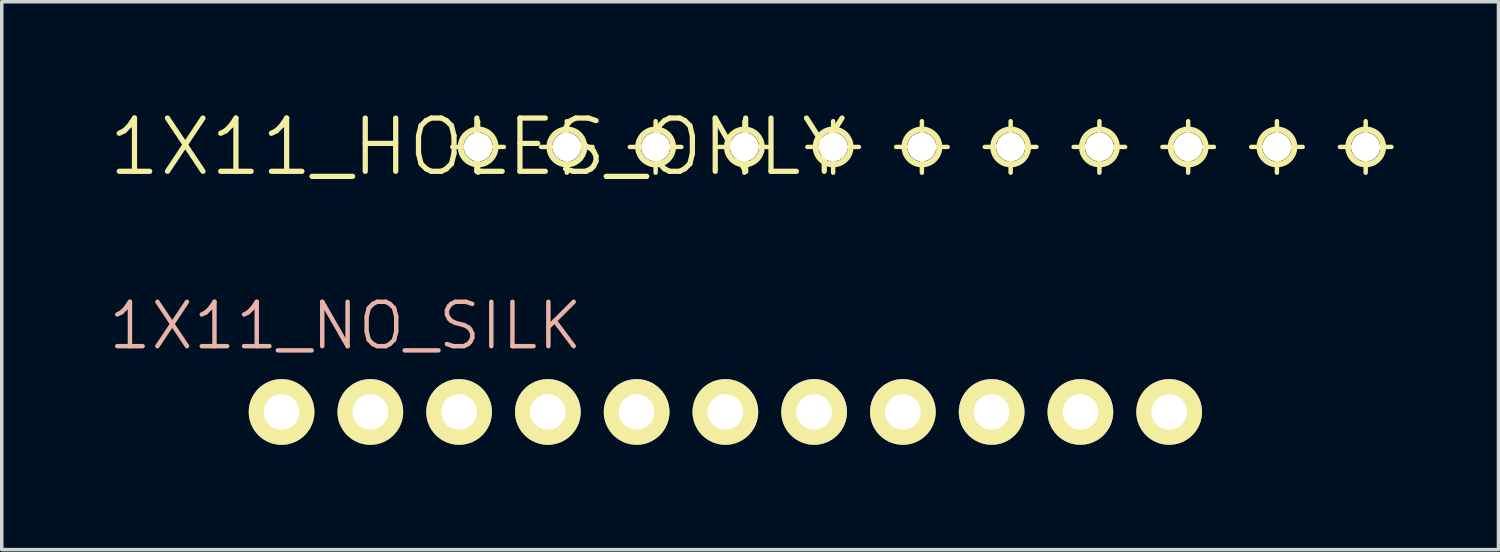
<source format=kicad_pcb>
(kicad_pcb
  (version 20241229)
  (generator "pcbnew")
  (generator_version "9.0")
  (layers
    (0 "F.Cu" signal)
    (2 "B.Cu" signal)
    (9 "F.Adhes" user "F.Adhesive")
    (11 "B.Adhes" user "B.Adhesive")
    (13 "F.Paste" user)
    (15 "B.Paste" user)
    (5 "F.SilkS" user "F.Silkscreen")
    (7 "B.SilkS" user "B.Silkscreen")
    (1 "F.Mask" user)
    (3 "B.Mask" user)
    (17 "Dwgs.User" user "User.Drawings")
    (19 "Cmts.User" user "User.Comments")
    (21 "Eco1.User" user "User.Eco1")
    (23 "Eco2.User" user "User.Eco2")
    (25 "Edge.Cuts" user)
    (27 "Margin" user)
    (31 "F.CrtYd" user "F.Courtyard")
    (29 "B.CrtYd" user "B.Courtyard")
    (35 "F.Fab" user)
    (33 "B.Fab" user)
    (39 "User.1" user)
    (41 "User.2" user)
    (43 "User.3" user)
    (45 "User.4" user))
  (footprint "1X11_HOLES_ONLY"
    (layer "F.Cu")
    (at 10.632 1.155)
    (property "Reference" "1X11_HOLES_ONLY" (at 0 0 0) (layer "F.SilkS") (effects (font (size 1.524 1.524) (thickness 0.15))))
    (attr exclude_from_pos_files exclude_from_bom)
    (fp_line (start -0.737 0) (end 0.737 0) (stroke (width 0.127) (type solid)) (layer "F.SilkS"))
    (fp_line (start 0 0.737) (end 0 -0.737) (stroke (width 0.127) (type solid)) (layer "F.SilkS"))
    (fp_line (start 1.801 0) (end 3.277 0) (stroke (width 0.127) (type solid)) (layer "F.SilkS"))
    (fp_line (start 2.54 0.737) (end 2.54 -0.737) (stroke (width 0.127) (type solid)) (layer "F.SilkS"))
    (fp_line (start 4.343 0) (end 5.817 0) (stroke (width 0.127) (type solid)) (layer "F.SilkS"))
    (fp_line (start 5.08 0.737) (end 5.08 -0.737) (stroke (width 0.127) (type solid)) (layer "F.SilkS"))
    (fp_line (start 6.883 0) (end 8.357 0) (stroke (width 0.127) (type solid)) (layer "F.SilkS"))
    (fp_line (start 7.62 0.737) (end 7.62 -0.737) (stroke (width 0.127) (type solid)) (layer "F.SilkS"))
    (fp_line (start 9.423 0) (end 10.897 0) (stroke (width 0.127) (type solid)) (layer "F.SilkS"))
    (fp_line (start 10.16 0.737) (end 10.16 -0.737) (stroke (width 0.127) (type solid)) (layer "F.SilkS"))
    (fp_line (start 11.963 0) (end 13.437 0) (stroke (width 0.127) (type solid)) (layer "F.SilkS"))
    (fp_line (start 12.7 0.737) (end 12.7 -0.737) (stroke (width 0.127) (type solid)) (layer "F.SilkS"))
    (fp_line (start 14.501 0) (end 15.977 0) (stroke (width 0.127) (type solid)) (layer "F.SilkS"))
    (fp_line (start 15.24 0.737) (end 15.24 -0.737) (stroke (width 0.127) (type solid)) (layer "F.SilkS"))
    (fp_line (start 17.043 0) (end 18.517 0) (stroke (width 0.127) (type solid)) (layer "F.SilkS"))
    (fp_line (start 17.78 0.737) (end 17.78 -0.737) (stroke (width 0.127) (type solid)) (layer "F.SilkS"))
    (fp_line (start 19.583 0) (end 21.057 0) (stroke (width 0.127) (type solid)) (layer "F.SilkS"))
    (fp_line (start 20.32 0.737) (end 20.32 -0.737) (stroke (width 0.127) (type solid)) (layer "F.SilkS"))
    (fp_line (start 22.123 0) (end 23.597 0) (stroke (width 0.127) (type solid)) (layer "F.SilkS"))
    (fp_line (start 22.86 0.737) (end 22.86 -0.737) (stroke (width 0.127) (type solid)) (layer "F.SilkS"))
    (fp_line (start 24.663 0) (end 26.137 0) (stroke (width 0.127) (type solid)) (layer "F.SilkS"))
    (fp_line (start 25.4 0.737) (end 25.4 -0.737) (stroke (width 0.127) (type solid)) (layer "F.SilkS"))
    (fp_circle (center 0 0) (end -0.368 0.368) (stroke (width 0.127) (type solid)) (fill no) (layer "F.SilkS"))
    (fp_circle (center 0 0) (end -0.318 0.318) (stroke (width 0.064) (type solid)) (fill no) (layer "F.SilkS"))
    (fp_circle (center 2.54 0) (end 2.857 0.318) (stroke (width 0.064) (type solid)) (fill no) (layer "F.SilkS"))
    (fp_circle (center 2.54 0) (end 2.908 0.368) (stroke (width 0.127) (type solid)) (fill no) (layer "F.SilkS"))
    (fp_circle (center 5.08 0) (end 5.397 0.318) (stroke (width 0.064) (type solid)) (fill no) (layer "F.SilkS"))
    (fp_circle (center 5.08 0) (end 5.448 0.368) (stroke (width 0.127) (type solid)) (fill no) (layer "F.SilkS"))
    (fp_circle (center 7.62 0) (end 7.938 0.318) (stroke (width 0.064) (type solid)) (fill no) (layer "F.SilkS"))
    (fp_circle (center 7.62 0) (end 7.988 0.368) (stroke (width 0.127) (type solid)) (fill no) (layer "F.SilkS"))
    (fp_circle (center 10.16 0) (end 10.477 0.318) (stroke (width 0.064) (type solid)) (fill no) (layer "F.SilkS"))
    (fp_circle (center 10.16 0) (end 10.528 0.368) (stroke (width 0.127) (type solid)) (fill no) (layer "F.SilkS"))
    (fp_circle (center 12.7 0) (end 13.018 0.318) (stroke (width 0.064) (type solid)) (fill no) (layer "F.SilkS"))
    (fp_circle (center 12.7 0) (end 13.068 0.368) (stroke (width 0.127) (type solid)) (fill no) (layer "F.SilkS"))
    (fp_circle (center 15.24 0) (end 15.557 0.318) (stroke (width 0.064) (type solid)) (fill no) (layer "F.SilkS"))
    (fp_circle (center 15.24 0) (end 15.608 0.368) (stroke (width 0.127) (type solid)) (fill no) (layer "F.SilkS"))
    (fp_circle (center 17.78 0) (end 18.098 0.318) (stroke (width 0.064) (type solid)) (fill no) (layer "F.SilkS"))
    (fp_circle (center 17.78 0) (end 18.148 0.368) (stroke (width 0.127) (type solid)) (fill no) (layer "F.SilkS"))
    (fp_circle (center 20.32 0) (end 20.637 0.318) (stroke (width 0.064) (type solid)) (fill no) (layer "F.SilkS"))
    (fp_circle (center 20.32 0) (end 20.688 0.368) (stroke (width 0.127) (type solid)) (fill no) (layer "F.SilkS"))
    (fp_circle (center 22.86 0) (end 23.177 0.318) (stroke (width 0.064) (type solid)) (fill no) (layer "F.SilkS"))
    (fp_circle (center 22.86 0) (end 23.228 0.368) (stroke (width 0.127) (type solid)) (fill no) (layer "F.SilkS"))
    (fp_circle (center 25.4 0) (end 25.718 0.318) (stroke (width 0.064) (type solid)) (fill no) (layer "F.SilkS"))
    (fp_circle (center 25.4 0) (end 25.768 0.368) (stroke (width 0.127) (type solid)) (fill no) (layer "F.SilkS"))
    (pad "1" thru_hole circle (at 0 0) (size 0.813 0.813) (drill 0.889) (layers "*.Cu" "F.Mask" "F.SilkS" "F.Paste"))
    (pad "2" thru_hole circle (at 2.54 0) (size 0.813 0.813) (drill 0.889) (layers "*.Cu" "F.Mask" "F.SilkS" "F.Paste"))
    (pad "3" thru_hole circle (at 5.08 0) (size 0.813 0.813) (drill 0.889) (layers "*.Cu" "F.Mask" "F.SilkS" "F.Paste"))
    (pad "4" thru_hole circle (at 7.62 0) (size 0.813 0.813) (drill 0.889) (layers "*.Cu" "F.Mask" "F.SilkS" "F.Paste"))
    (pad "5" thru_hole circle (at 10.16 0) (size 0.813 0.813) (drill 0.889) (layers "*.Cu" "F.Mask" "F.SilkS" "F.Paste"))
    (pad "6" thru_hole circle (at 12.7 0) (size 0.813 0.813) (drill 0.889) (layers "*.Cu" "F.Mask" "F.SilkS" "F.Paste"))
    (pad "7" thru_hole circle (at 15.24 0) (size 0.813 0.813) (drill 0.889) (layers "*.Cu" "F.Mask" "F.SilkS" "F.Paste"))
    (pad "8" thru_hole circle (at 17.78 0) (size 0.813 0.813) (drill 0.889) (layers "*.Cu" "F.Mask" "F.SilkS" "F.Paste"))
    (pad "9" thru_hole circle (at 20.32 0) (size 0.813 0.813) (drill 0.889) (layers "*.Cu" "F.Mask" "F.SilkS" "F.Paste"))
    (pad "10" thru_hole circle (at 22.86 0) (size 0.813 0.813) (drill 0.889) (layers "*.Cu" "F.Mask" "F.SilkS" "F.Paste"))
    (pad "11" thru_hole circle (at 25.4 0) (size 0.813 0.813) (drill 0.889) (layers "*.Cu" "F.Mask" "F.SilkS" "F.Paste")))
  (footprint "1X11_NO_SILK"
    (layer "F.Cu")
    (at 5.008 8.739)
    (property "Reference" "1X11_NO_SILK" (at 1.829 -2.464 0) (layer "B.SilkS") (effects (font (size 1.27 1.27) (thickness 0.127))))
    (attr exclude_from_pos_files exclude_from_bom)
    (fp_line (start -0.254 -0.254) (end 0.254 -0.254) (stroke (width 0.066) (type solid)) (layer "F.SilkS"))
    (fp_line (start -0.254 0.254) (end -0.254 -0.254) (stroke (width 0.066) (type solid)) (layer "F.SilkS"))
    (fp_line (start -0.254 0.254) (end 0.254 0.254) (stroke (width 0.066) (type solid)) (layer "F.SilkS"))
    (fp_line (start 0.254 0.254) (end 0.254 -0.254) (stroke (width 0.066) (type solid)) (layer "F.SilkS"))
    (fp_line (start 2.286 -0.254) (end 2.794 -0.254) (stroke (width 0.066) (type solid)) (layer "F.SilkS"))
    (fp_line (start 2.286 0.254) (end 2.286 -0.254) (stroke (width 0.066) (type solid)) (layer "F.SilkS"))
    (fp_line (start 2.286 0.254) (end 2.794 0.254) (stroke (width 0.066) (type solid)) (layer "F.SilkS"))
    (fp_line (start 2.794 0.254) (end 2.794 -0.254) (stroke (width 0.066) (type solid)) (layer "F.SilkS"))
    (fp_line (start 4.826 -0.254) (end 5.334 -0.254) (stroke (width 0.066) (type solid)) (layer "F.SilkS"))
    (fp_line (start 4.826 0.254) (end 4.826 -0.254) (stroke (width 0.066) (type solid)) (layer "F.SilkS"))
    (fp_line (start 4.826 0.254) (end 5.334 0.254) (stroke (width 0.066) (type solid)) (layer "F.SilkS"))
    (fp_line (start 5.334 0.254) (end 5.334 -0.254) (stroke (width 0.066) (type solid)) (layer "F.SilkS"))
    (fp_line (start 7.366 -0.254) (end 7.874 -0.254) (stroke (width 0.066) (type solid)) (layer "F.SilkS"))
    (fp_line (start 7.366 0.254) (end 7.366 -0.254) (stroke (width 0.066) (type solid)) (layer "F.SilkS"))
    (fp_line (start 7.366 0.254) (end 7.874 0.254) (stroke (width 0.066) (type solid)) (layer "F.SilkS"))
    (fp_line (start 7.874 0.254) (end 7.874 -0.254) (stroke (width 0.066) (type solid)) (layer "F.SilkS"))
    (fp_line (start 9.906 -0.254) (end 10.414 -0.254) (stroke (width 0.066) (type solid)) (layer "F.SilkS"))
    (fp_line (start 9.906 0.254) (end 9.906 -0.254) (stroke (width 0.066) (type solid)) (layer "F.SilkS"))
    (fp_line (start 9.906 0.254) (end 10.414 0.254) (stroke (width 0.066) (type solid)) (layer "F.SilkS"))
    (fp_line (start 10.414 0.254) (end 10.414 -0.254) (stroke (width 0.066) (type solid)) (layer "F.SilkS"))
    (fp_line (start 12.446 -0.254) (end 12.954 -0.254) (stroke (width 0.066) (type solid)) (layer "F.SilkS"))
    (fp_line (start 12.446 0.254) (end 12.446 -0.254) (stroke (width 0.066) (type solid)) (layer "F.SilkS"))
    (fp_line (start 12.446 0.254) (end 12.954 0.254) (stroke (width 0.066) (type solid)) (layer "F.SilkS"))
    (fp_line (start 12.954 0.254) (end 12.954 -0.254) (stroke (width 0.066) (type solid)) (layer "F.SilkS"))
    (fp_line (start 14.986 -0.254) (end 15.494 -0.254) (stroke (width 0.066) (type solid)) (layer "F.SilkS"))
    (fp_line (start 14.986 0.254) (end 14.986 -0.254) (stroke (width 0.066) (type solid)) (layer "F.SilkS"))
    (fp_line (start 14.986 0.254) (end 15.494 0.254) (stroke (width 0.066) (type solid)) (layer "F.SilkS"))
    (fp_line (start 15.494 0.254) (end 15.494 -0.254) (stroke (width 0.066) (type solid)) (layer "F.SilkS"))
    (fp_line (start 17.523 -0.254) (end 18.034 -0.254) (stroke (width 0.066) (type solid)) (layer "F.SilkS"))
    (fp_line (start 17.523 0.254) (end 17.523 -0.254) (stroke (width 0.066) (type solid)) (layer "F.SilkS"))
    (fp_line (start 17.523 0.254) (end 18.034 0.254) (stroke (width 0.066) (type solid)) (layer "F.SilkS"))
    (fp_line (start 18.034 0.254) (end 18.034 -0.254) (stroke (width 0.066) (type solid)) (layer "F.SilkS"))
    (fp_line (start 20.066 -0.254) (end 20.574 -0.254) (stroke (width 0.066) (type solid)) (layer "F.SilkS"))
    (fp_line (start 20.066 0.254) (end 20.066 -0.254) (stroke (width 0.066) (type solid)) (layer "F.SilkS"))
    (fp_line (start 20.066 0.254) (end 20.574 0.254) (stroke (width 0.066) (type solid)) (layer "F.SilkS"))
    (fp_line (start 20.574 0.254) (end 20.574 -0.254) (stroke (width 0.066) (type solid)) (layer "F.SilkS"))
    (fp_line (start 22.606 -0.254) (end 23.114 -0.254) (stroke (width 0.066) (type solid)) (layer "F.SilkS"))
    (fp_line (start 22.606 0.254) (end 22.606 -0.254) (stroke (width 0.066) (type solid)) (layer "F.SilkS"))
    (fp_line (start 22.606 0.254) (end 23.114 0.254) (stroke (width 0.066) (type solid)) (layer "F.SilkS"))
    (fp_line (start 23.114 0.254) (end 23.114 -0.254) (stroke (width 0.066) (type solid)) (layer "F.SilkS"))
    (fp_line (start 25.146 -0.254) (end 25.654 -0.254) (stroke (width 0.066) (type solid)) (layer "F.SilkS"))
    (fp_line (start 25.146 0.254) (end 25.146 -0.254) (stroke (width 0.066) (type solid)) (layer "F.SilkS"))
    (fp_line (start 25.146 0.254) (end 25.654 0.254) (stroke (width 0.066) (type solid)) (layer "F.SilkS"))
    (fp_line (start 25.654 0.254) (end 25.654 -0.254) (stroke (width 0.066) (type solid)) (layer "F.SilkS"))
    (pad "1" thru_hole circle (at 0 0) (size 1.88 1.88) (drill 1.016) (layers "*.Cu" "F.Mask" "F.SilkS" "F.Paste"))
    (pad "2" thru_hole circle (at 2.54 0) (size 1.88 1.88) (drill 1.016) (layers "*.Cu" "F.Mask" "F.SilkS" "F.Paste"))
    (pad "3" thru_hole circle (at 5.08 0) (size 1.88 1.88) (drill 1.016) (layers "*.Cu" "F.Mask" "F.SilkS" "F.Paste"))
    (pad "4" thru_hole circle (at 7.62 0) (size 1.88 1.88) (drill 1.016) (layers "*.Cu" "F.Mask" "F.SilkS" "F.Paste"))
    (pad "5" thru_hole circle (at 10.16 0) (size 1.88 1.88) (drill 1.016) (layers "*.Cu" "F.Mask" "F.SilkS" "F.Paste"))
    (pad "6" thru_hole circle (at 12.7 0) (size 1.88 1.88) (drill 1.016) (layers "*.Cu" "F.Mask" "F.SilkS" "F.Paste"))
    (pad "7" thru_hole circle (at 15.24 0) (size 1.88 1.88) (drill 1.016) (layers "*.Cu" "F.Mask" "F.SilkS" "F.Paste"))
    (pad "8" thru_hole circle (at 17.78 0) (size 1.88 1.88) (drill 1.016) (layers "*.Cu" "F.Mask" "F.SilkS" "F.Paste"))
    (pad "9" thru_hole circle (at 20.32 0) (size 1.88 1.88) (drill 1.016) (layers "*.Cu" "F.Mask" "F.SilkS" "F.Paste"))
    (pad "10" thru_hole circle (at 22.86 0) (size 1.88 1.88) (drill 1.016) (layers "*.Cu" "F.Mask" "F.SilkS" "F.Paste"))
    (pad "11" thru_hole circle (at 25.4 0) (size 1.88 1.88) (drill 1.016) (layers "*.Cu" "F.Mask" "F.SilkS" "F.Paste")))
  (gr_rect
    (start -3 -3)
    (end 39.832 12.679)
    (stroke (width 0.1) (type default))
    (fill no)
    (layer "Edge.Cuts")))
</source>
